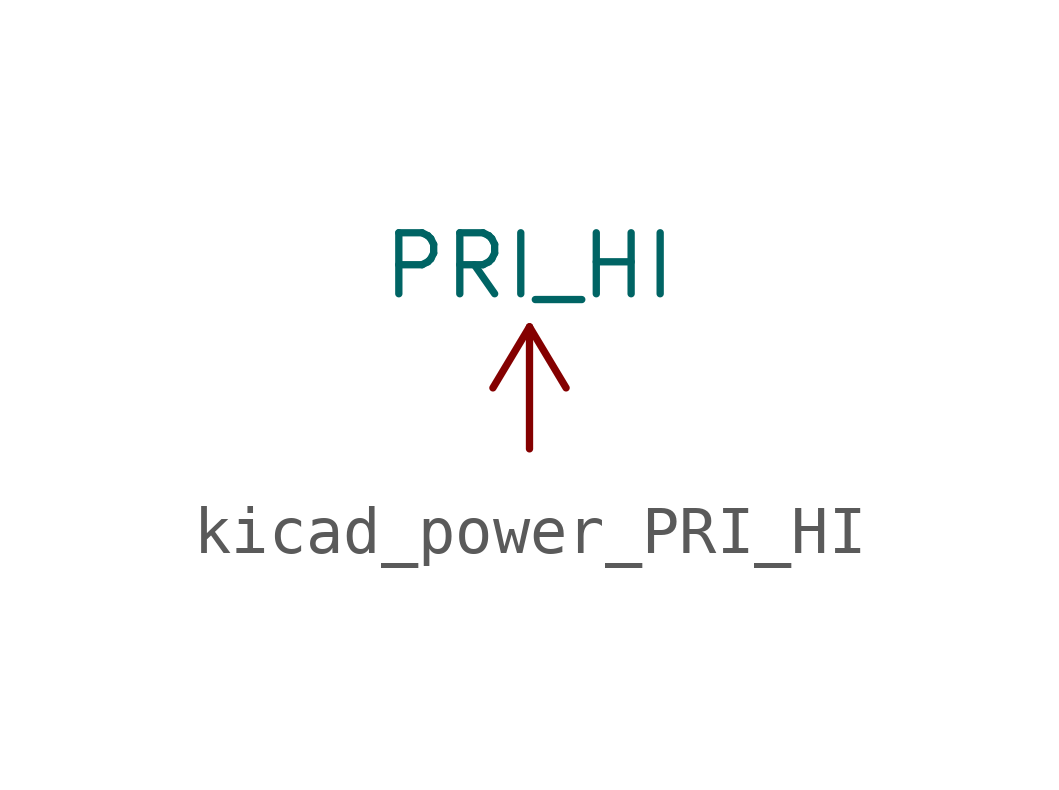
<source format=kicad_sym>
(kicad_symbol_lib
  (version 20220914)
  (generator kicad_symbol_editor)
  (symbol "kicad_power_PRI_HI"
    (power)
    (pin_names
      (offset 0))
    (property "Reference" "#PWR"
      (at 0 -3.81 0)
      (effects (font (size 1.27 1.27)) hide))
    (property "Value" "PRI_HI"
      (at 0 3.81 0)
      (effects (font (size 1.27 1.27))))
    (symbol "kicad_power_PRI_HI_0_1"
      (polyline (pts (xy -0.762 1.27) (xy 0 2.54)) (stroke (width 0) (type default)) (fill (type none)))
      (polyline (pts (xy 0 0) (xy 0 2.54)) (stroke (width 0) (type default)) (fill (type none)))
      (polyline (pts (xy 0 2.54) (xy 0.762 1.27)) (stroke (width 0) (type default)) (fill (type none))))
    (symbol "kicad_power_PRI_HI_1_1"
      (pin power_in line (at 0 0 90) (length 0) hide (name "PRI_HI" (effects (font (size 1.27 1.27)))) (number "1" (effects (font (size 1.27 1.27))))))))
</source>
